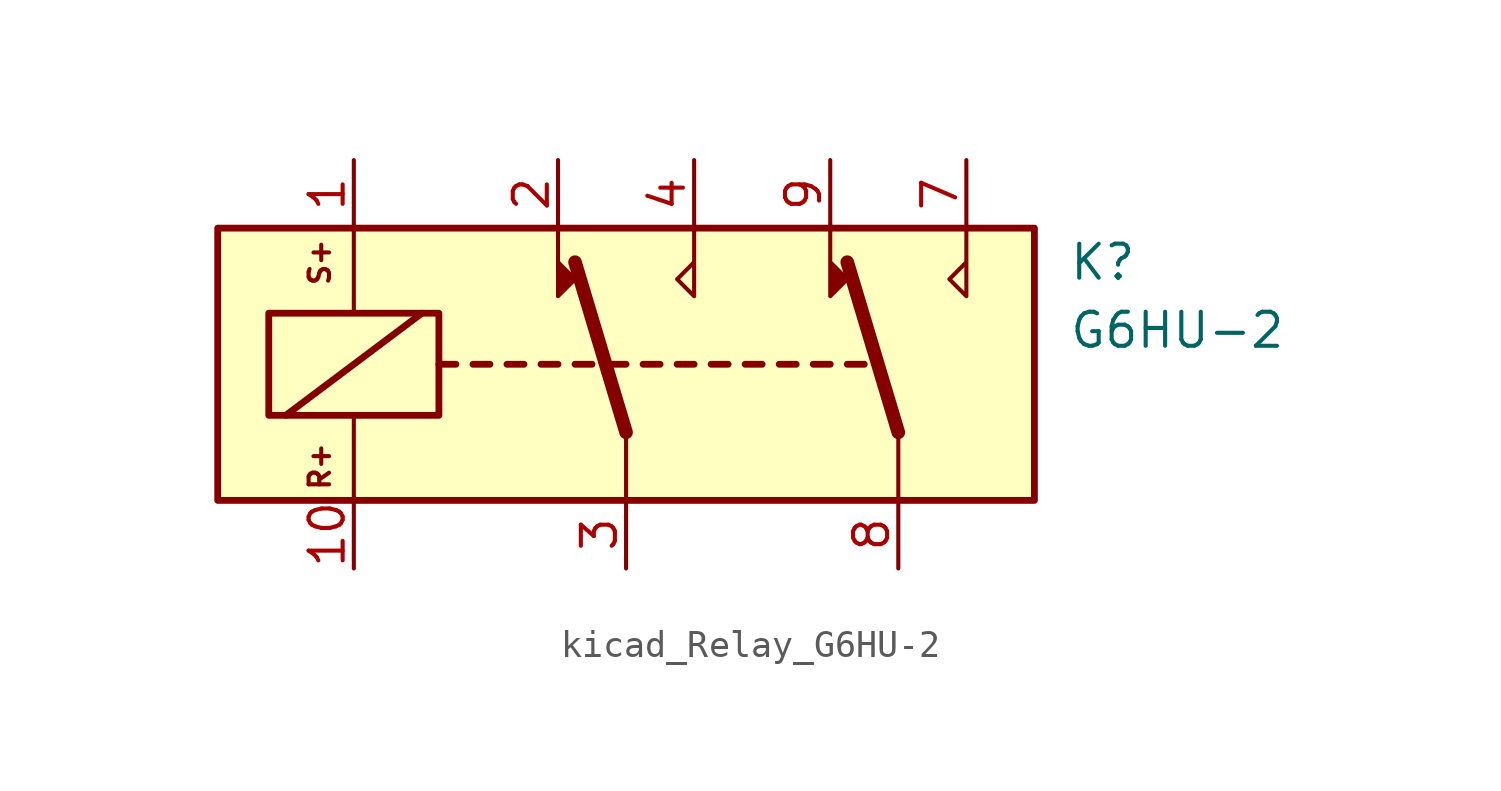
<source format=kicad_sym>
(kicad_symbol_lib
  (version 20220914)
  (generator kicad_symbol_editor)
  (symbol "kicad_Relay_G6HU-2"
    (property "Reference" "K"
      (at 16.51 3.81 0)
      (effects (font (size 1.27 1.27)) (justify left)))
    (property "Value" "G6HU-2"
      (at 16.51 1.27 0)
      (effects (font (size 1.27 1.27)) (justify left)))
    (symbol "kicad_Relay_G6HU-2_0_0"
      (text "R+" (at -11.43 -3.81 900) (effects (font (size 0.762 0.762))))
      (text "S+" (at -11.43 3.81 900) (effects (font (size 0.762 0.762)))))
    (symbol "kicad_Relay_G6HU-2_0_1"
      (rectangle (start -15.24 5.08) (end 15.24 -5.08) (stroke (width 0.254) (type default)) (fill (type background)))
      (rectangle (start -13.335 1.905) (end -6.985 -1.905) (stroke (width 0.254) (type default)) (fill (type none)))
      (polyline (pts (xy -12.7 -1.905) (xy -7.62 1.905)) (stroke (width 0.254) (type default)) (fill (type none)))
      (polyline (pts (xy -10.16 -5.08) (xy -10.16 -1.905)) (stroke (width 0) (type default)) (fill (type none)))
      (polyline (pts (xy -10.16 5.08) (xy -10.16 1.905)) (stroke (width 0) (type default)) (fill (type none)))
      (polyline (pts (xy -6.985 0) (xy -6.35 0)) (stroke (width 0.254) (type default)) (fill (type none)))
      (polyline (pts (xy -5.715 0) (xy -5.08 0)) (stroke (width 0.254) (type default)) (fill (type none)))
      (polyline (pts (xy -4.445 0) (xy -3.81 0)) (stroke (width 0.254) (type default)) (fill (type none)))
      (polyline (pts (xy -3.175 0) (xy -2.54 0)) (stroke (width 0.254) (type default)) (fill (type none)))
      (polyline (pts (xy -1.905 0) (xy -1.27 0)) (stroke (width 0.254) (type default)) (fill (type none)))
      (polyline (pts (xy -0.635 0) (xy 0 0)) (stroke (width 0.254) (type default)) (fill (type none)))
      (polyline (pts (xy 0 -2.54) (xy -1.905 3.81)) (stroke (width 0.508) (type default)) (fill (type none)))
      (polyline (pts (xy 0 -2.54) (xy 0 -5.08)) (stroke (width 0) (type default)) (fill (type none)))
      (polyline (pts (xy 0.635 0) (xy 1.27 0)) (stroke (width 0.254) (type default)) (fill (type none)))
      (polyline (pts (xy 1.905 0) (xy 2.54 0)) (stroke (width 0.254) (type default)) (fill (type none)))
      (polyline (pts (xy 3.175 0) (xy 3.81 0)) (stroke (width 0.254) (type default)) (fill (type none)))
      (polyline (pts (xy 4.445 0) (xy 5.08 0)) (stroke (width 0.254) (type default)) (fill (type none)))
      (polyline (pts (xy 5.715 0) (xy 6.35 0)) (stroke (width 0.254) (type default)) (fill (type none)))
      (polyline (pts (xy 6.985 0) (xy 7.62 0)) (stroke (width 0.254) (type default)) (fill (type none)))
      (polyline (pts (xy 8.255 0) (xy 8.89 0)) (stroke (width 0.254) (type default)) (fill (type none)))
      (polyline (pts (xy 10.16 -2.54) (xy 8.255 3.81)) (stroke (width 0.508) (type default)) (fill (type none)))
      (polyline (pts (xy 10.16 -2.54) (xy 10.16 -5.08)) (stroke (width 0) (type default)) (fill (type none)))
      (polyline (pts (xy -2.54 5.08) (xy -2.54 2.54) (xy -1.905 3.175) (xy -2.54 3.81)) (stroke (width 0) (type default)) (fill (type outline)))
      (polyline (pts (xy 2.54 5.08) (xy 2.54 2.54) (xy 1.905 3.175) (xy 2.54 3.81)) (stroke (width 0) (type default)) (fill (type none)))
      (polyline (pts (xy 7.62 5.08) (xy 7.62 2.54) (xy 8.255 3.175) (xy 7.62 3.81)) (stroke (width 0) (type default)) (fill (type outline)))
      (polyline (pts (xy 12.7 5.08) (xy 12.7 2.54) (xy 12.065 3.175) (xy 12.7 3.81)) (stroke (width 0) (type default)) (fill (type none))))
    (symbol "kicad_Relay_G6HU-2_1_1"
      (pin passive line (at -10.16 7.62 270) (length 2.54) (name "~" (effects (font (size 1.27 1.27)))) (number "1" (effects (font (size 1.27 1.27)))))
      (pin passive line (at -10.16 -7.62 90) (length 2.54) (name "~" (effects (font (size 1.27 1.27)))) (number "10" (effects (font (size 1.27 1.27)))))
      (pin passive line (at -2.54 7.62 270) (length 2.54) (name "~" (effects (font (size 1.27 1.27)))) (number "2" (effects (font (size 1.27 1.27)))))
      (pin passive line (at 0 -7.62 90) (length 2.54) (name "~" (effects (font (size 1.27 1.27)))) (number "3" (effects (font (size 1.27 1.27)))))
      (pin passive line (at 2.54 7.62 270) (length 2.54) (name "~" (effects (font (size 1.27 1.27)))) (number "4" (effects (font (size 1.27 1.27)))))
      (pin no_connect line (at 5.08 -5.08 90) (length 2.54) hide (name "NC" (effects (font (size 1.27 1.27)))) (number "5" (effects (font (size 1.27 1.27)))))
      (pin no_connect line (at 2.54 -5.08 90) (length 2.54) hide (name "NC" (effects (font (size 1.27 1.27)))) (number "6" (effects (font (size 1.27 1.27)))))
      (pin passive line (at 12.7 7.62 270) (length 2.54) (name "~" (effects (font (size 1.27 1.27)))) (number "7" (effects (font (size 1.27 1.27)))))
      (pin passive line (at 10.16 -7.62 90) (length 2.54) (name "~" (effects (font (size 1.27 1.27)))) (number "8" (effects (font (size 1.27 1.27)))))
      (pin passive line (at 7.62 7.62 270) (length 2.54) (name "~" (effects (font (size 1.27 1.27)))) (number "9" (effects (font (size 1.27 1.27))))))))
</source>
